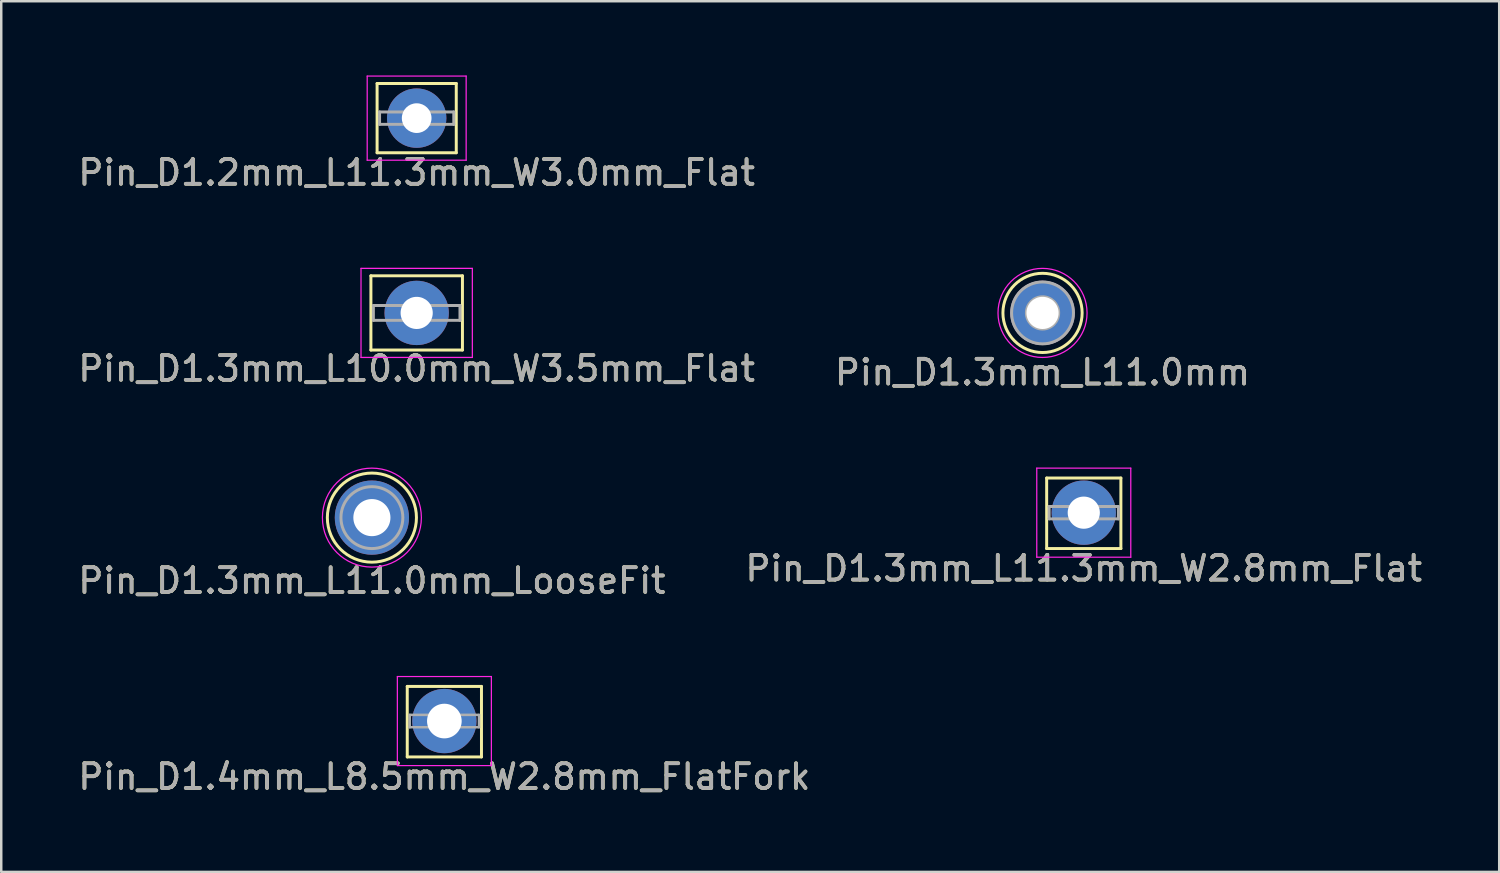
<source format=kicad_pcb>
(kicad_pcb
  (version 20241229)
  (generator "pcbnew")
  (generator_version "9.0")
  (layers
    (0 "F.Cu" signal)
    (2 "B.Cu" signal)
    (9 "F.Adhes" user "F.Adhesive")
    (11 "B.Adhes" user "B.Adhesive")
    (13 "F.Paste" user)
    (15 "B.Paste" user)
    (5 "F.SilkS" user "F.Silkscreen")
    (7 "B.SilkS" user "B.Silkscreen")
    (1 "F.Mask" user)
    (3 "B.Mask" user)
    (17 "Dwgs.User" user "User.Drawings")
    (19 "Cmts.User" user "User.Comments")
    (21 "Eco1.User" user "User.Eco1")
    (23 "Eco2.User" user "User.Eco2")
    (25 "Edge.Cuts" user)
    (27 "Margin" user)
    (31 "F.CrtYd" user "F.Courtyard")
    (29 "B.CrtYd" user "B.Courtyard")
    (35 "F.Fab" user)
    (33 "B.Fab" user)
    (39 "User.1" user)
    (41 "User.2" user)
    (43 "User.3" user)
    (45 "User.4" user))
  (footprint "Pin_D1.2mm_L11.3mm_W3.0mm_Flat"
    (layer "F.Cu")
    (at 13.792 1.725)
    (property "Reference" "Pin_D1.2mm_L11.3mm_W3.0mm_Flat" (at 0 2.2 0) (layer "F.SilkS") (effects (font (size 1 1) (thickness 0.15))))
    (attr through_hole)
    (fp_line (start -1.6 -1.4) (end 1.6 -1.4) (stroke (width 0.12) (type solid)) (layer "F.SilkS"))
    (fp_line (start -1.6 1.4) (end -1.6 -1.4) (stroke (width 0.12) (type solid)) (layer "F.SilkS"))
    (fp_line (start 1.6 -1.4) (end 1.6 1.4) (stroke (width 0.12) (type solid)) (layer "F.SilkS"))
    (fp_line (start 1.6 1.4) (end -1.6 1.4) (stroke (width 0.12) (type solid)) (layer "F.SilkS"))
    (fp_line (start -2 -1.7) (end -2 1.7) (stroke (width 0.05) (type solid)) (layer "F.CrtYd"))
    (fp_line (start -2 -1.7) (end 2 -1.7) (stroke (width 0.05) (type solid)) (layer "F.CrtYd"))
    (fp_line (start 2 1.7) (end -2 1.7) (stroke (width 0.05) (type solid)) (layer "F.CrtYd"))
    (fp_line (start 2 1.7) (end 2 -1.7) (stroke (width 0.05) (type solid)) (layer "F.CrtYd"))
    (fp_line (start -1.5 -0.25) (end 1.5 -0.25) (stroke (width 0.12) (type solid)) (layer "F.Fab"))
    (fp_line (start -1.5 0.25) (end -1.5 -0.25) (stroke (width 0.12) (type solid)) (layer "F.Fab"))
    (fp_line (start 1.5 -0.25) (end 1.5 0.25) (stroke (width 0.12) (type solid)) (layer "F.Fab"))
    (fp_line (start 1.5 0.25) (end -1.5 0.25) (stroke (width 0.12) (type solid)) (layer "F.Fab"))
    (fp_text user "${REFERENCE}" (at 0 2.2 0) (layer "F.Fab") (effects (font (size 1 1) (thickness 0.15))))
    (pad "1" thru_hole circle (at 0 0) (size 2.4 2.4) (drill 1.2) (layers "*.Cu" "*.Mask")))
  (footprint "Pin_D1.3mm_L11.0mm_LooseFit"
    (layer "F.Cu")
    (at 11.982 17.872)
    (property "Reference" "Pin_D1.3mm_L11.0mm_LooseFit" (at 0 2.55 0) (layer "F.SilkS") (effects (font (size 1 1) (thickness 0.15))))
    (attr through_hole)
    (fp_circle (center 0 0) (end 1.8 0.05) (stroke (width 0.12) (type solid)) (fill no) (layer "F.SilkS"))
    (fp_circle (center 0 0) (end 2 0) (stroke (width 0.05) (type solid)) (fill no) (layer "F.CrtYd"))
    (fp_circle (center 0 0) (end 0.65 -0.05) (stroke (width 0.12) (type solid)) (fill no) (layer "F.Fab"))
    (fp_circle (center 0 0) (end 1.25 -0.05) (stroke (width 0.12) (type solid)) (fill no) (layer "F.Fab"))
    (fp_text user "${REFERENCE}" (at 0 2.55 0) (layer "F.Fab") (effects (font (size 1 1) (thickness 0.15))))
    (pad "1" thru_hole circle (at 0 0) (size 3 3) (drill 1.5) (layers "*.Cu" "*.Mask")))
  (footprint "Pin_D1.3mm_L11.0mm"
    (layer "F.Cu")
    (at 39.089 9.598)
    (property "Reference" "Pin_D1.3mm_L11.0mm" (at 0 2.4 0) (layer "F.SilkS") (effects (font (size 1 1) (thickness 0.15))))
    (attr through_hole)
    (fp_circle (center 0 0) (end 1.6 0.05) (stroke (width 0.12) (type solid)) (fill no) (layer "F.SilkS"))
    (fp_circle (center 0 0) (end 1.8 0) (stroke (width 0.05) (type solid)) (fill no) (layer "F.CrtYd"))
    (fp_circle (center 0 0) (end 0.65 -0.05) (stroke (width 0.12) (type solid)) (fill no) (layer "F.Fab"))
    (fp_circle (center 0 0) (end 1.25 -0.05) (stroke (width 0.12) (type solid)) (fill no) (layer "F.Fab"))
    (fp_text user "${REFERENCE}" (at 0 2.4 0) (layer "F.Fab") (effects (font (size 1 1) (thickness 0.15))))
    (pad "1" thru_hole circle (at 0 0) (size 2.6 2.6) (drill 1.3) (layers "*.Cu" "*.Mask")))
  (footprint "Pin_D1.3mm_L11.3mm_W2.8mm_Flat"
    (layer "F.Cu")
    (at 40.756 17.672)
    (property "Reference" "Pin_D1.3mm_L11.3mm_W2.8mm_Flat" (at 0 2.25 0) (layer "F.SilkS") (effects (font (size 1 1) (thickness 0.15))))
    (attr through_hole)
    (fp_line (start -1.5 -1.4) (end -1.5 1.45) (stroke (width 0.12) (type solid)) (layer "F.SilkS"))
    (fp_line (start -1.5 -1.4) (end 1.5 -1.4) (stroke (width 0.12) (type solid)) (layer "F.SilkS"))
    (fp_line (start -1.5 1.45) (end 1.5 1.45) (stroke (width 0.12) (type solid)) (layer "F.SilkS"))
    (fp_line (start 1.5 -1.4) (end 1.5 1.45) (stroke (width 0.12) (type solid)) (layer "F.SilkS"))
    (fp_line (start -1.9 -1.8) (end -1.9 1.8) (stroke (width 0.05) (type solid)) (layer "F.CrtYd"))
    (fp_line (start -1.9 -1.8) (end 1.9 -1.8) (stroke (width 0.05) (type solid)) (layer "F.CrtYd"))
    (fp_line (start 1.9 1.8) (end -1.9 1.8) (stroke (width 0.05) (type solid)) (layer "F.CrtYd"))
    (fp_line (start 1.9 1.8) (end 1.9 -1.8) (stroke (width 0.05) (type solid)) (layer "F.CrtYd"))
    (fp_line (start -1.4 -0.25) (end 1.4 -0.25) (stroke (width 0.12) (type solid)) (layer "F.Fab"))
    (fp_line (start -1.4 0.25) (end -1.4 -0.25) (stroke (width 0.12) (type solid)) (layer "F.Fab"))
    (fp_line (start 1.4 -0.25) (end 1.4 0.25) (stroke (width 0.12) (type solid)) (layer "F.Fab"))
    (fp_line (start 1.4 0.25) (end -1.4 0.25) (stroke (width 0.12) (type solid)) (layer "F.Fab"))
    (fp_text user "${REFERENCE}" (at 0 2.25 0) (layer "F.Fab") (effects (font (size 1 1) (thickness 0.15))))
    (pad "1" thru_hole circle (at 0 0) (size 2.6 2.6) (drill 1.3) (layers "*.Cu" "*.Mask")))
  (footprint "Pin_D1.3mm_L10.0mm_W3.5mm_Flat"
    (layer "F.Cu")
    (at 13.792 9.598)
    (property "Reference" "Pin_D1.3mm_L10.0mm_W3.5mm_Flat" (at 0 2.25 0) (layer "F.SilkS") (effects (font (size 1 1) (thickness 0.15))))
    (attr through_hole)
    (fp_line (start -1.85 -1.5) (end -1.85 1.5) (stroke (width 0.12) (type solid)) (layer "F.SilkS"))
    (fp_line (start -1.85 -1.5) (end 1.85 -1.5) (stroke (width 0.12) (type solid)) (layer "F.SilkS"))
    (fp_line (start 1.85 -1.5) (end 1.85 1.5) (stroke (width 0.12) (type solid)) (layer "F.SilkS"))
    (fp_line (start 1.85 1.5) (end -1.85 1.5) (stroke (width 0.12) (type solid)) (layer "F.SilkS"))
    (fp_line (start -2.25 -1.8) (end -2.25 1.8) (stroke (width 0.05) (type solid)) (layer "F.CrtYd"))
    (fp_line (start -2.25 -1.8) (end 2.25 -1.8) (stroke (width 0.05) (type solid)) (layer "F.CrtYd"))
    (fp_line (start 2.25 1.8) (end -2.25 1.8) (stroke (width 0.05) (type solid)) (layer "F.CrtYd"))
    (fp_line (start 2.25 1.8) (end 2.25 -1.8) (stroke (width 0.05) (type solid)) (layer "F.CrtYd"))
    (fp_line (start -1.75 -0.3) (end 1.75 -0.3) (stroke (width 0.12) (type solid)) (layer "F.Fab"))
    (fp_line (start -1.75 0.3) (end -1.75 -0.3) (stroke (width 0.12) (type solid)) (layer "F.Fab"))
    (fp_line (start 1.75 -0.3) (end 1.75 0.3) (stroke (width 0.12) (type solid)) (layer "F.Fab"))
    (fp_line (start 1.75 0.3) (end -1.75 0.3) (stroke (width 0.12) (type solid)) (layer "F.Fab"))
    (fp_text user "${REFERENCE}" (at 0 2.25 0) (layer "F.Fab") (effects (font (size 1 1) (thickness 0.15))))
    (pad "1" thru_hole circle (at 0 0) (size 2.6 2.6) (drill 1.3) (layers "*.Cu" "*.Mask")))
  (footprint "Pin_D1.4mm_L8.5mm_W2.8mm_FlatFork"
    (layer "F.Cu")
    (at 14.911 26.095)
    (property "Reference" "Pin_D1.4mm_L8.5mm_W2.8mm_FlatFork" (at 0 2.25 0) (layer "F.SilkS") (effects (font (size 1 1) (thickness 0.15))))
    (attr through_hole)
    (fp_line (start -1.5 -1.4) (end -1.5 1.45) (stroke (width 0.12) (type solid)) (layer "F.SilkS"))
    (fp_line (start -1.5 -1.4) (end 1.5 -1.4) (stroke (width 0.12) (type solid)) (layer "F.SilkS"))
    (fp_line (start -1.5 1.45) (end 1.5 1.45) (stroke (width 0.12) (type solid)) (layer "F.SilkS"))
    (fp_line (start 1.5 -1.4) (end 1.5 1.45) (stroke (width 0.12) (type solid)) (layer "F.SilkS"))
    (fp_line (start -1.9 -1.8) (end -1.9 1.8) (stroke (width 0.05) (type solid)) (layer "F.CrtYd"))
    (fp_line (start -1.9 -1.8) (end 1.9 -1.8) (stroke (width 0.05) (type solid)) (layer "F.CrtYd"))
    (fp_line (start 1.9 1.8) (end -1.9 1.8) (stroke (width 0.05) (type solid)) (layer "F.CrtYd"))
    (fp_line (start 1.9 1.8) (end 1.9 -1.8) (stroke (width 0.05) (type solid)) (layer "F.CrtYd"))
    (fp_line (start -1.4 -0.25) (end 1.4 -0.25) (stroke (width 0.1) (type solid)) (layer "F.Fab"))
    (fp_line (start -1.4 0.25) (end -1.4 -0.25) (stroke (width 0.1) (type solid)) (layer "F.Fab"))
    (fp_line (start 1.4 -0.25) (end 1.4 0.25) (stroke (width 0.1) (type solid)) (layer "F.Fab"))
    (fp_line (start 1.4 0.25) (end -1.4 0.25) (stroke (width 0.1) (type solid)) (layer "F.Fab"))
    (fp_text user "${REFERENCE}" (at 0 2.25 0) (layer "F.Fab") (effects (font (size 1 1) (thickness 0.15))))
    (pad "1" thru_hole circle (at 0 0) (size 2.6 2.6) (drill 1.4) (layers "*.Cu" "*.Mask")))
  (gr_rect
    (start -3 -3)
    (end 57.548 32.193)
    (stroke (width 0.1) (type default))
    (fill no)
    (layer "Edge.Cuts")))
</source>
